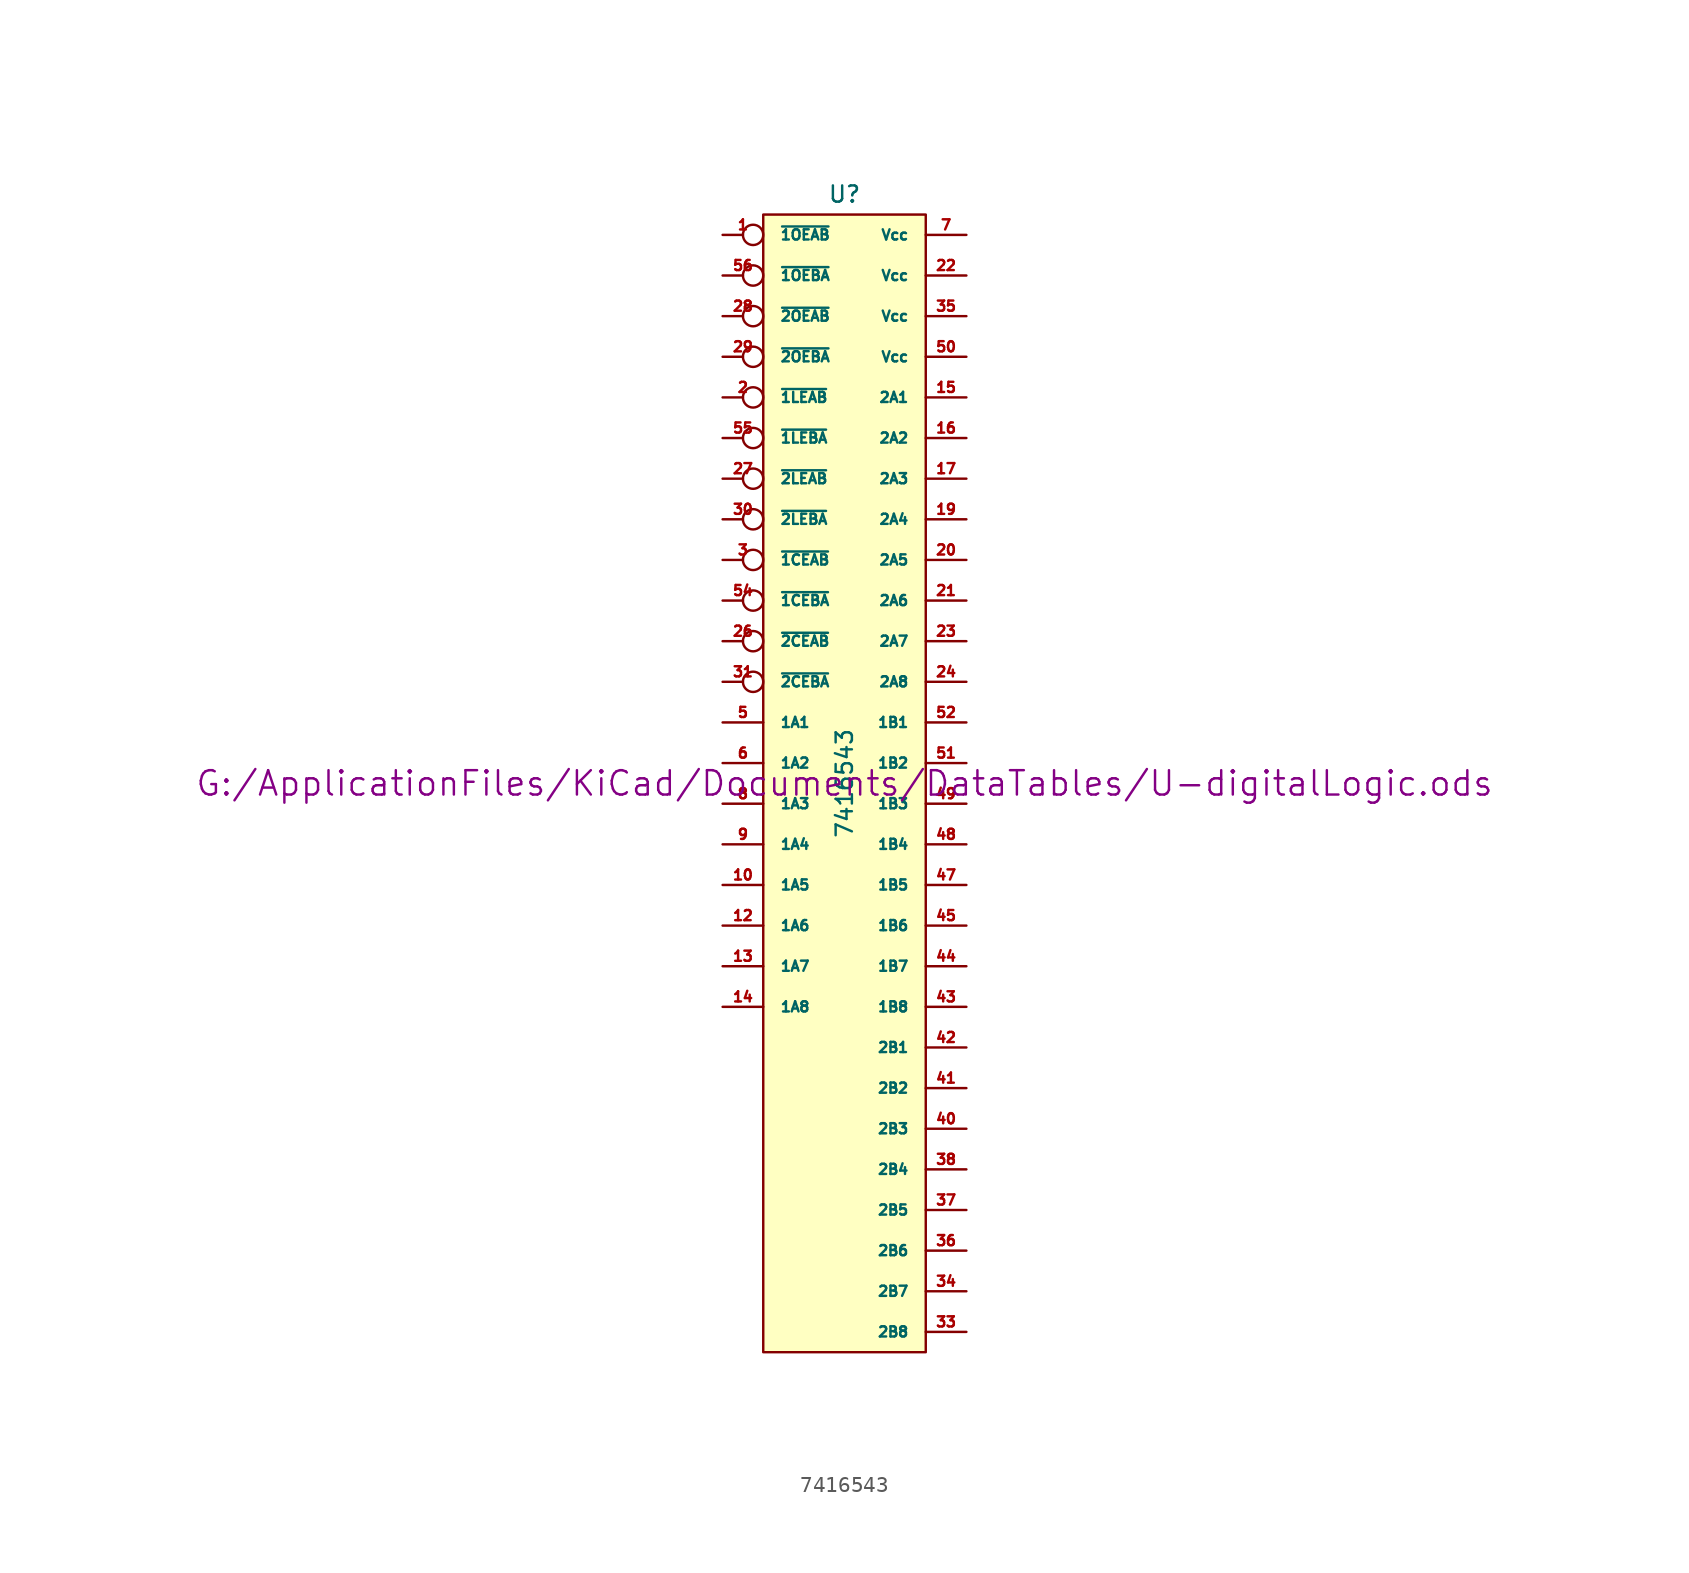
<source format=kicad_sym>
(kicad_symbol_lib
  (version 20211014)
  (generator kicad_symbol_editor)
  (symbol "7416543"
    (pin_names
      (offset 1.016))
    (property "Reference" "U"
      (at 0 36.83 0)
      (effects (font (size 1.016 1.016))))
    (property "Value" "7416543"
      (at 0 0 90)
      (effects (font (size 1.016 1.016))))
    (property "Footprint" ""
      (at 0 0 0)
      (effects (font (size 1.524 1.524))))
    (property "Datasheet" "G:/ApplicationFiles/KiCad/Documents/DataTables/U-digitalLogic.ods"
      (at 0 0 0)
      (effects (font (size 1.524 1.524))))
    (symbol "7416543_0_1"
      (rectangle (start -5.08 35.56) (end 5.08 -35.56) (stroke (width 0) (type default) (color 0 0 0 0)) (fill (type background))))
    (symbol "7416543_1_0"
      (pin power_in line (at -5.08 -19.05 0) (length 0) hide (name "DGND" (effects (font (size 0.762 0.762)))) (number "11" (effects (font (size 0.762 0.762)))))
      (pin power_in line (at -5.08 -21.59 0) (length 0) hide (name "DGND" (effects (font (size 0.762 0.762)))) (number "18" (effects (font (size 0.762 0.762)))))
      (pin power_in line (at -5.08 -24.13 0) (length 0) hide (name "DGND" (effects (font (size 0.762 0.762)))) (number "25" (effects (font (size 0.762 0.762)))))
      (pin power_in line (at -5.08 -26.67 0) (length 0) hide (name "DGND" (effects (font (size 0.762 0.762)))) (number "32" (effects (font (size 0.762 0.762)))))
      (pin power_in line (at -5.08 -29.21 0) (length 0) hide (name "DGND" (effects (font (size 0.762 0.762)))) (number "39" (effects (font (size 0.762 0.762)))))
      (pin power_in line (at -5.08 -16.51 0) (length 0) hide (name "DGND" (effects (font (size 0.762 0.762)))) (number "4" (effects (font (size 0.762 0.762)))))
      (pin power_in line (at -5.08 -31.75 0) (length 0) hide (name "DGND" (effects (font (size 0.762 0.762)))) (number "46" (effects (font (size 0.762 0.762)))))
      (pin power_in line (at -5.08 -34.29 0) (length 0) hide (name "DGND" (effects (font (size 0.762 0.762)))) (number "53" (effects (font (size 0.762 0.762))))))
    (symbol "7416543_1_1"
      (pin input inverted (at -7.62 34.29 0) (length 2.54) (name "~{1OEAB}" (effects (font (size 0.635 0.635)))) (number "1" (effects (font (size 0.635 0.635)))))
      (pin bidirectional line (at -7.62 -6.35 0) (length 2.54) (name "1A5" (effects (font (size 0.635 0.635)))) (number "10" (effects (font (size 0.635 0.635)))))
      (pin bidirectional line (at -7.62 -8.89 0) (length 2.54) (name "1A6" (effects (font (size 0.635 0.635)))) (number "12" (effects (font (size 0.635 0.635)))))
      (pin bidirectional line (at -7.62 -11.43 0) (length 2.54) (name "1A7" (effects (font (size 0.635 0.635)))) (number "13" (effects (font (size 0.635 0.635)))))
      (pin bidirectional line (at -7.62 -13.97 0) (length 2.54) (name "1A8" (effects (font (size 0.635 0.635)))) (number "14" (effects (font (size 0.635 0.635)))))
      (pin bidirectional line (at 7.62 24.13 180) (length 2.54) (name "2A1" (effects (font (size 0.635 0.635)))) (number "15" (effects (font (size 0.635 0.635)))))
      (pin bidirectional line (at 7.62 21.59 180) (length 2.54) (name "2A2" (effects (font (size 0.635 0.635)))) (number "16" (effects (font (size 0.635 0.635)))))
      (pin bidirectional line (at 7.62 19.05 180) (length 2.54) (name "2A3" (effects (font (size 0.635 0.635)))) (number "17" (effects (font (size 0.635 0.635)))))
      (pin bidirectional line (at 7.62 16.51 180) (length 2.54) (name "2A4" (effects (font (size 0.635 0.635)))) (number "19" (effects (font (size 0.635 0.635)))))
      (pin input inverted (at -7.62 24.13 0) (length 2.54) (name "~{1LEAB}" (effects (font (size 0.635 0.635)))) (number "2" (effects (font (size 0.635 0.635)))))
      (pin bidirectional line (at 7.62 13.97 180) (length 2.54) (name "2A5" (effects (font (size 0.635 0.635)))) (number "20" (effects (font (size 0.635 0.635)))))
      (pin bidirectional line (at 7.62 11.43 180) (length 2.54) (name "2A6" (effects (font (size 0.635 0.635)))) (number "21" (effects (font (size 0.635 0.635)))))
      (pin power_in line (at 7.62 31.75 180) (length 2.54) (name "Vcc" (effects (font (size 0.635 0.635)))) (number "22" (effects (font (size 0.635 0.635)))))
      (pin bidirectional line (at 7.62 8.89 180) (length 2.54) (name "2A7" (effects (font (size 0.635 0.635)))) (number "23" (effects (font (size 0.635 0.635)))))
      (pin bidirectional line (at 7.62 6.35 180) (length 2.54) (name "2A8" (effects (font (size 0.635 0.635)))) (number "24" (effects (font (size 0.635 0.635)))))
      (pin input inverted (at -7.62 8.89 0) (length 2.54) (name "~{2CEAB}" (effects (font (size 0.635 0.635)))) (number "26" (effects (font (size 0.635 0.635)))))
      (pin input inverted (at -7.62 19.05 0) (length 2.54) (name "~{2LEAB}" (effects (font (size 0.635 0.635)))) (number "27" (effects (font (size 0.635 0.635)))))
      (pin input inverted (at -7.62 29.21 0) (length 2.54) (name "~{2OEAB}" (effects (font (size 0.635 0.635)))) (number "28" (effects (font (size 0.635 0.635)))))
      (pin input inverted (at -7.62 26.67 0) (length 2.54) (name "~{2OEBA}" (effects (font (size 0.635 0.635)))) (number "29" (effects (font (size 0.635 0.635)))))
      (pin input inverted (at -7.62 13.97 0) (length 2.54) (name "~{1CEAB}" (effects (font (size 0.635 0.635)))) (number "3" (effects (font (size 0.635 0.635)))))
      (pin input inverted (at -7.62 16.51 0) (length 2.54) (name "~{2LEBA}" (effects (font (size 0.635 0.635)))) (number "30" (effects (font (size 0.635 0.635)))))
      (pin input inverted (at -7.62 6.35 0) (length 2.54) (name "~{2CEBA}" (effects (font (size 0.635 0.635)))) (number "31" (effects (font (size 0.635 0.635)))))
      (pin bidirectional line (at 7.62 -34.29 180) (length 2.54) (name "2B8" (effects (font (size 0.635 0.635)))) (number "33" (effects (font (size 0.635 0.635)))))
      (pin bidirectional line (at 7.62 -31.75 180) (length 2.54) (name "2B7" (effects (font (size 0.635 0.635)))) (number "34" (effects (font (size 0.635 0.635)))))
      (pin power_in line (at 7.62 29.21 180) (length 2.54) (name "Vcc" (effects (font (size 0.635 0.635)))) (number "35" (effects (font (size 0.635 0.635)))))
      (pin bidirectional line (at 7.62 -29.21 180) (length 2.54) (name "2B6" (effects (font (size 0.635 0.635)))) (number "36" (effects (font (size 0.635 0.635)))))
      (pin bidirectional line (at 7.62 -26.67 180) (length 2.54) (name "2B5" (effects (font (size 0.635 0.635)))) (number "37" (effects (font (size 0.635 0.635)))))
      (pin bidirectional line (at 7.62 -24.13 180) (length 2.54) (name "2B4" (effects (font (size 0.635 0.635)))) (number "38" (effects (font (size 0.635 0.635)))))
      (pin bidirectional line (at 7.62 -21.59 180) (length 2.54) (name "2B3" (effects (font (size 0.635 0.635)))) (number "40" (effects (font (size 0.635 0.635)))))
      (pin bidirectional line (at 7.62 -19.05 180) (length 2.54) (name "2B2" (effects (font (size 0.635 0.635)))) (number "41" (effects (font (size 0.635 0.635)))))
      (pin bidirectional line (at 7.62 -16.51 180) (length 2.54) (name "2B1" (effects (font (size 0.635 0.635)))) (number "42" (effects (font (size 0.635 0.635)))))
      (pin bidirectional line (at 7.62 -13.97 180) (length 2.54) (name "1B8" (effects (font (size 0.635 0.635)))) (number "43" (effects (font (size 0.635 0.635)))))
      (pin bidirectional line (at 7.62 -11.43 180) (length 2.54) (name "1B7" (effects (font (size 0.635 0.635)))) (number "44" (effects (font (size 0.635 0.635)))))
      (pin bidirectional line (at 7.62 -8.89 180) (length 2.54) (name "1B6" (effects (font (size 0.635 0.635)))) (number "45" (effects (font (size 0.635 0.635)))))
      (pin bidirectional line (at 7.62 -6.35 180) (length 2.54) (name "1B5" (effects (font (size 0.635 0.635)))) (number "47" (effects (font (size 0.635 0.635)))))
      (pin bidirectional line (at 7.62 -3.81 180) (length 2.54) (name "1B4" (effects (font (size 0.635 0.635)))) (number "48" (effects (font (size 0.635 0.635)))))
      (pin bidirectional line (at 7.62 -1.27 180) (length 2.54) (name "1B3" (effects (font (size 0.635 0.635)))) (number "49" (effects (font (size 0.635 0.635)))))
      (pin bidirectional line (at -7.62 3.81 0) (length 2.54) (name "1A1" (effects (font (size 0.635 0.635)))) (number "5" (effects (font (size 0.635 0.635)))))
      (pin power_in line (at 7.62 26.67 180) (length 2.54) (name "Vcc" (effects (font (size 0.635 0.635)))) (number "50" (effects (font (size 0.635 0.635)))))
      (pin bidirectional line (at 7.62 1.27 180) (length 2.54) (name "1B2" (effects (font (size 0.635 0.635)))) (number "51" (effects (font (size 0.635 0.635)))))
      (pin bidirectional line (at 7.62 3.81 180) (length 2.54) (name "1B1" (effects (font (size 0.635 0.635)))) (number "52" (effects (font (size 0.635 0.635)))))
      (pin input inverted (at -7.62 11.43 0) (length 2.54) (name "~{1CEBA}" (effects (font (size 0.635 0.635)))) (number "54" (effects (font (size 0.635 0.635)))))
      (pin input inverted (at -7.62 21.59 0) (length 2.54) (name "~{1LEBA}" (effects (font (size 0.635 0.635)))) (number "55" (effects (font (size 0.635 0.635)))))
      (pin input inverted (at -7.62 31.75 0) (length 2.54) (name "~{1OEBA}" (effects (font (size 0.635 0.635)))) (number "56" (effects (font (size 0.635 0.635)))))
      (pin bidirectional line (at -7.62 1.27 0) (length 2.54) (name "1A2" (effects (font (size 0.635 0.635)))) (number "6" (effects (font (size 0.635 0.635)))))
      (pin power_in line (at 7.62 34.29 180) (length 2.54) (name "Vcc" (effects (font (size 0.635 0.635)))) (number "7" (effects (font (size 0.635 0.635)))))
      (pin bidirectional line (at -7.62 -1.27 0) (length 2.54) (name "1A3" (effects (font (size 0.635 0.635)))) (number "8" (effects (font (size 0.635 0.635)))))
      (pin bidirectional line (at -7.62 -3.81 0) (length 2.54) (name "1A4" (effects (font (size 0.635 0.635)))) (number "9" (effects (font (size 0.635 0.635))))))))
</source>
